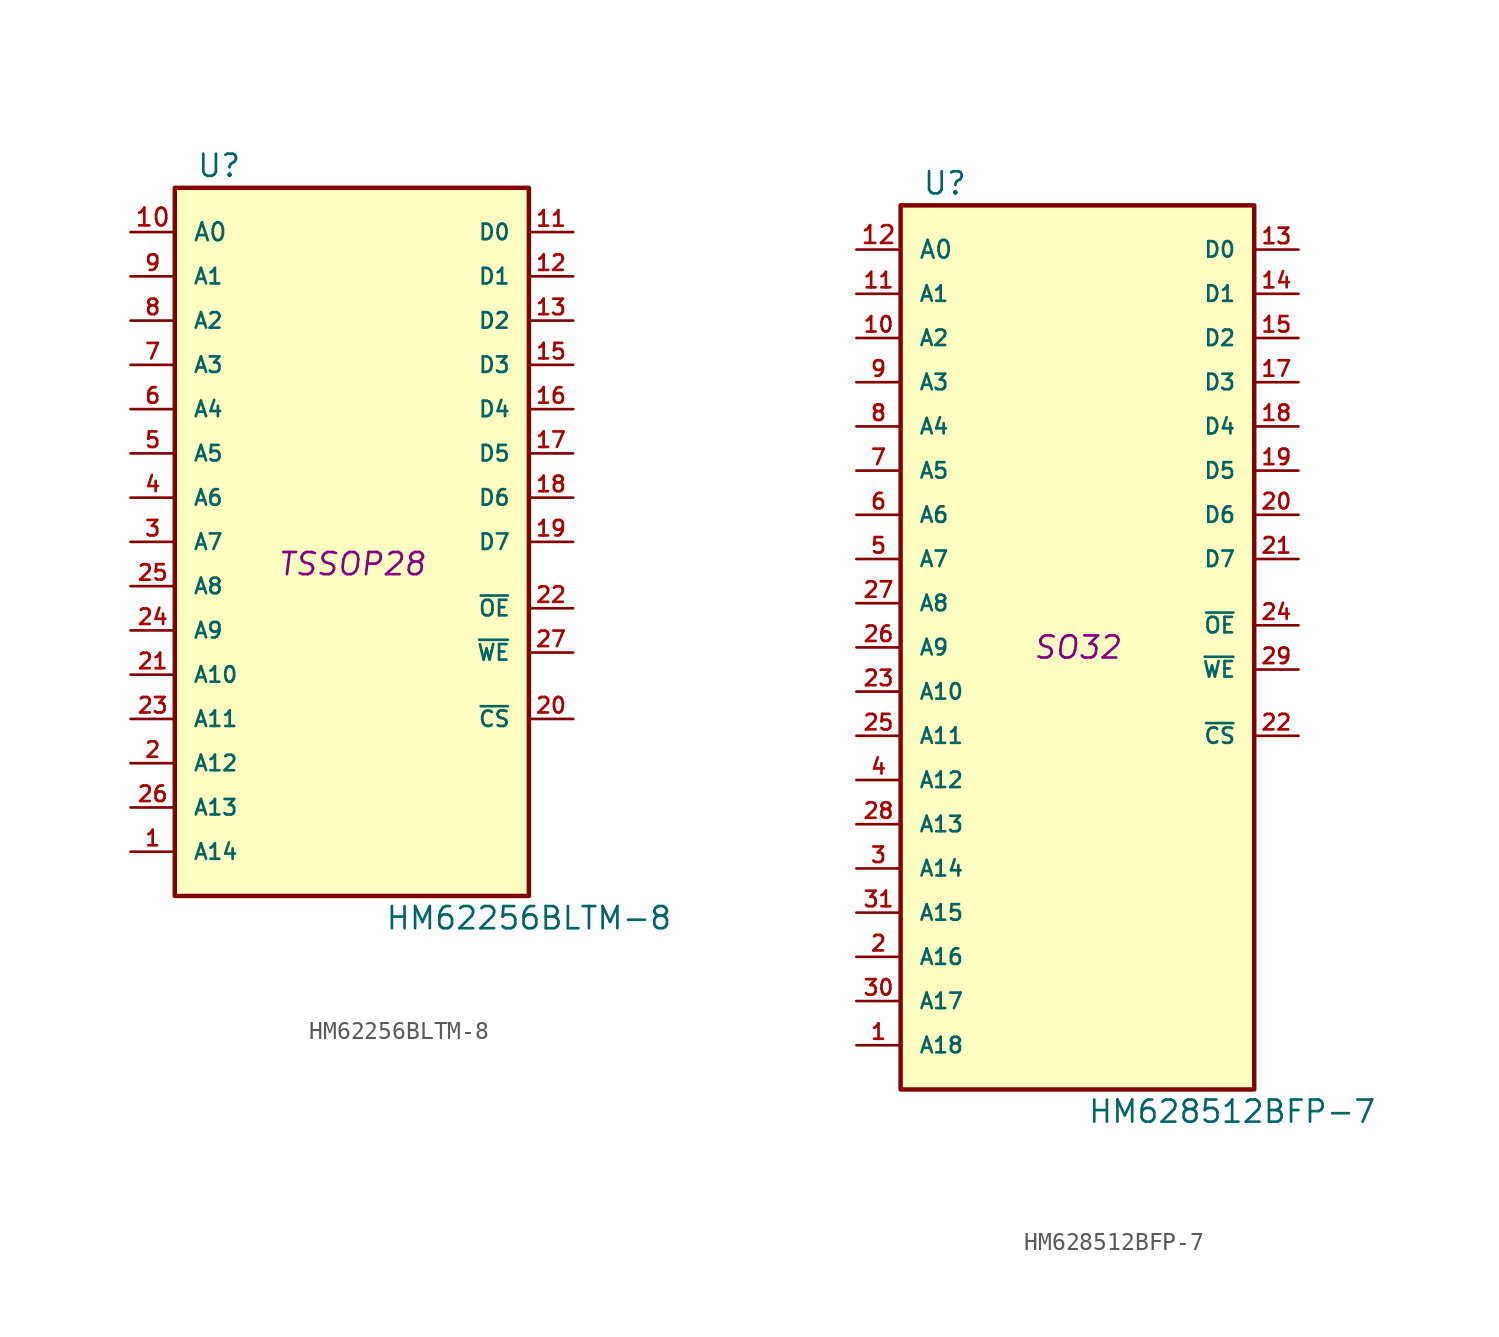
<source format=kicad_sym>
(kicad_symbol_lib
  (version 20231120)
  (generator "kicad_symbol_editor")
  (generator_version "8.0")
  (symbol "HM62256BLTM-8"
    (pin_names
      (offset 1.016))
    (property "Reference" "U"
      (at -7.62 22.86 0)
      (effects (font (size 1.27 1.27))))
    (property "Value" "HM62256BLTM-8"
      (at 10.16 -20.32 0)
      (effects (font (size 1.27 1.27))))
    (property "Footprint" "TSSOP28"
      (at 0 0 0)
      (effects (font (size 1.27 1.27) (italic yes))))
    (property "Datasheet" ""
      (at 0 0 0)
      (effects (font (size 1.27 1.27))))
    (symbol "HM62256BLTM-8_0_0"
      (pin power_in line (at 0 -20.32 90) (length 1.27) hide (name "GND" (effects (font (size 1.016 1.016)))) (number "14" (effects (font (size 1.016 1.016)))))
      (pin power_in line (at 0 22.86 270) (length 1.27) hide (name "VCC" (effects (font (size 1.016 1.016)))) (number "28" (effects (font (size 1.016 1.016))))))
    (symbol "HM62256BLTM-8_0_1"
      (rectangle (start -10.16 21.59) (end 10.16 -19.05) (stroke (width 0.254) (type solid)) (fill (type background))))
    (symbol "HM62256BLTM-8_1_1"
      (pin input line (at -12.7 -16.51 0) (length 2.54) (name "A14" (effects (font (size 0.889 0.889)))) (number "1" (effects (font (size 0.889 0.889)))))
      (pin input line (at -12.7 19.05 0) (length 2.54) (name "A0" (effects (font (size 1.016 1.016)))) (number "10" (effects (font (size 1.016 1.016)))))
      (pin tri_state line (at 12.7 19.05 180) (length 2.54) (name "D0" (effects (font (size 0.889 0.889)))) (number "11" (effects (font (size 0.889 0.889)))))
      (pin tri_state line (at 12.7 16.51 180) (length 2.54) (name "D1" (effects (font (size 0.889 0.889)))) (number "12" (effects (font (size 0.889 0.889)))))
      (pin tri_state line (at 12.7 13.97 180) (length 2.54) (name "D2" (effects (font (size 0.889 0.889)))) (number "13" (effects (font (size 0.889 0.889)))))
      (pin tri_state line (at 12.7 11.43 180) (length 2.54) (name "D3" (effects (font (size 0.889 0.889)))) (number "15" (effects (font (size 0.889 0.889)))))
      (pin tri_state line (at 12.7 8.89 180) (length 2.54) (name "D4" (effects (font (size 0.889 0.889)))) (number "16" (effects (font (size 0.889 0.889)))))
      (pin tri_state line (at 12.7 6.35 180) (length 2.54) (name "D5" (effects (font (size 0.889 0.889)))) (number "17" (effects (font (size 0.889 0.889)))))
      (pin tri_state line (at 12.7 3.81 180) (length 2.54) (name "D6" (effects (font (size 0.889 0.889)))) (number "18" (effects (font (size 0.889 0.889)))))
      (pin tri_state line (at 12.7 1.27 180) (length 2.54) (name "D7" (effects (font (size 0.889 0.889)))) (number "19" (effects (font (size 0.889 0.889)))))
      (pin input line (at -12.7 -11.43 0) (length 2.54) (name "A12" (effects (font (size 0.889 0.889)))) (number "2" (effects (font (size 0.889 0.889)))))
      (pin input line (at 12.7 -8.89 180) (length 2.54) (name "~{CS}" (effects (font (size 0.889 0.889)))) (number "20" (effects (font (size 0.889 0.889)))))
      (pin input line (at -12.7 -6.35 0) (length 2.54) (name "A10" (effects (font (size 0.889 0.889)))) (number "21" (effects (font (size 0.889 0.889)))))
      (pin input line (at 12.7 -2.54 180) (length 2.54) (name "~{OE}" (effects (font (size 0.889 0.889)))) (number "22" (effects (font (size 0.889 0.889)))))
      (pin input line (at -12.7 -8.89 0) (length 2.54) (name "A11" (effects (font (size 0.889 0.889)))) (number "23" (effects (font (size 0.889 0.889)))))
      (pin input line (at -12.7 -3.81 0) (length 2.54) (name "A9" (effects (font (size 0.889 0.889)))) (number "24" (effects (font (size 0.889 0.889)))))
      (pin input line (at -12.7 -1.27 0) (length 2.54) (name "A8" (effects (font (size 0.889 0.889)))) (number "25" (effects (font (size 0.889 0.889)))))
      (pin input line (at -12.7 -13.97 0) (length 2.54) (name "A13" (effects (font (size 0.889 0.889)))) (number "26" (effects (font (size 0.889 0.889)))))
      (pin input line (at 12.7 -5.08 180) (length 2.54) (name "~{WE}" (effects (font (size 0.889 0.889)))) (number "27" (effects (font (size 0.889 0.889)))))
      (pin input line (at -12.7 1.27 0) (length 2.54) (name "A7" (effects (font (size 0.889 0.889)))) (number "3" (effects (font (size 0.889 0.889)))))
      (pin input line (at -12.7 3.81 0) (length 2.54) (name "A6" (effects (font (size 0.889 0.889)))) (number "4" (effects (font (size 0.889 0.889)))))
      (pin input line (at -12.7 6.35 0) (length 2.54) (name "A5" (effects (font (size 0.889 0.889)))) (number "5" (effects (font (size 0.889 0.889)))))
      (pin input line (at -12.7 8.89 0) (length 2.54) (name "A4" (effects (font (size 0.889 0.889)))) (number "6" (effects (font (size 0.889 0.889)))))
      (pin input line (at -12.7 11.43 0) (length 2.54) (name "A3" (effects (font (size 0.889 0.889)))) (number "7" (effects (font (size 0.889 0.889)))))
      (pin input line (at -12.7 13.97 0) (length 2.54) (name "A2" (effects (font (size 0.889 0.889)))) (number "8" (effects (font (size 0.889 0.889)))))
      (pin input line (at -12.7 16.51 0) (length 2.54) (name "A1" (effects (font (size 0.889 0.889)))) (number "9" (effects (font (size 0.889 0.889)))))))
  (symbol "HM628512BFP-7"
    (pin_names
      (offset 1.016))
    (property "Reference" "U"
      (at -7.62 26.67 0)
      (effects (font (size 1.27 1.27))))
    (property "Value" "HM628512BFP-7"
      (at 8.89 -26.67 0)
      (effects (font (size 1.27 1.27))))
    (property "Footprint" "SO32"
      (at 0 0 0)
      (effects (font (size 1.27 1.27) (italic yes))))
    (property "Datasheet" ""
      (at 0 0 0)
      (effects (font (size 1.27 1.27))))
    (symbol "HM628512BFP-7_0_0"
      (pin power_in line (at -12.7 -22.86 0) (length 2.54) (name "A18" (effects (font (size 0.889 0.889)))) (number "1" (effects (font (size 0.889 0.889)))))
      (pin power_in line (at 0 -25.4 90) (length 0) hide (name "GND" (effects (font (size 0.889 0.889)))) (number "16" (effects (font (size 0.889 0.889)))))
      (pin power_in line (at -12.7 -17.78 0) (length 2.54) (name "A16" (effects (font (size 0.889 0.889)))) (number "2" (effects (font (size 0.889 0.889)))))
      (pin power_in line (at -12.7 -20.32 0) (length 2.54) (name "A17" (effects (font (size 0.889 0.889)))) (number "30" (effects (font (size 0.889 0.889)))))
      (pin power_in line (at -12.7 -15.24 0) (length 2.54) (name "A15" (effects (font (size 0.889 0.889)))) (number "31" (effects (font (size 0.889 0.889)))))
      (pin power_in line (at 0 25.4 270) (length 0) hide (name "VCC" (effects (font (size 0.889 0.889)))) (number "32" (effects (font (size 0.889 0.889))))))
    (symbol "HM628512BFP-7_0_1"
      (rectangle (start -10.16 25.4) (end 10.16 -25.4) (stroke (width 0.254) (type solid)) (fill (type background))))
    (symbol "HM628512BFP-7_1_1"
      (pin input line (at -12.7 17.78 0) (length 2.54) (name "A2" (effects (font (size 0.889 0.889)))) (number "10" (effects (font (size 0.889 0.889)))))
      (pin input line (at -12.7 20.32 0) (length 2.54) (name "A1" (effects (font (size 0.889 0.889)))) (number "11" (effects (font (size 0.889 0.889)))))
      (pin input line (at -12.7 22.86 0) (length 2.54) (name "A0" (effects (font (size 1.016 1.016)))) (number "12" (effects (font (size 1.016 1.016)))))
      (pin tri_state line (at 12.7 22.86 180) (length 2.54) (name "D0" (effects (font (size 0.889 0.889)))) (number "13" (effects (font (size 0.889 0.889)))))
      (pin tri_state line (at 12.7 20.32 180) (length 2.54) (name "D1" (effects (font (size 0.889 0.889)))) (number "14" (effects (font (size 0.889 0.889)))))
      (pin tri_state line (at 12.7 17.78 180) (length 2.54) (name "D2" (effects (font (size 0.889 0.889)))) (number "15" (effects (font (size 0.889 0.889)))))
      (pin tri_state line (at 12.7 15.24 180) (length 2.54) (name "D3" (effects (font (size 0.889 0.889)))) (number "17" (effects (font (size 0.889 0.889)))))
      (pin tri_state line (at 12.7 12.7 180) (length 2.54) (name "D4" (effects (font (size 0.889 0.889)))) (number "18" (effects (font (size 0.889 0.889)))))
      (pin tri_state line (at 12.7 10.16 180) (length 2.54) (name "D5" (effects (font (size 0.889 0.889)))) (number "19" (effects (font (size 0.889 0.889)))))
      (pin tri_state line (at 12.7 7.62 180) (length 2.54) (name "D6" (effects (font (size 0.889 0.889)))) (number "20" (effects (font (size 0.889 0.889)))))
      (pin tri_state line (at 12.7 5.08 180) (length 2.54) (name "D7" (effects (font (size 0.889 0.889)))) (number "21" (effects (font (size 0.889 0.889)))))
      (pin input line (at 12.7 -5.08 180) (length 2.54) (name "~{CS}" (effects (font (size 0.889 0.889)))) (number "22" (effects (font (size 0.889 0.889)))))
      (pin input line (at -12.7 -2.54 0) (length 2.54) (name "A10" (effects (font (size 0.889 0.889)))) (number "23" (effects (font (size 0.889 0.889)))))
      (pin input line (at 12.7 1.27 180) (length 2.54) (name "~{OE}" (effects (font (size 0.889 0.889)))) (number "24" (effects (font (size 0.889 0.889)))))
      (pin input line (at -12.7 -5.08 0) (length 2.54) (name "A11" (effects (font (size 0.889 0.889)))) (number "25" (effects (font (size 0.889 0.889)))))
      (pin input line (at -12.7 0 0) (length 2.54) (name "A9" (effects (font (size 0.889 0.889)))) (number "26" (effects (font (size 0.889 0.889)))))
      (pin input line (at -12.7 2.54 0) (length 2.54) (name "A8" (effects (font (size 0.889 0.889)))) (number "27" (effects (font (size 0.889 0.889)))))
      (pin input line (at -12.7 -10.16 0) (length 2.54) (name "A13" (effects (font (size 0.889 0.889)))) (number "28" (effects (font (size 0.889 0.889)))))
      (pin input line (at 12.7 -1.27 180) (length 2.54) (name "~{WE}" (effects (font (size 0.889 0.889)))) (number "29" (effects (font (size 0.889 0.889)))))
      (pin input line (at -12.7 -12.7 0) (length 2.54) (name "A14" (effects (font (size 0.889 0.889)))) (number "3" (effects (font (size 0.889 0.889)))))
      (pin input line (at -12.7 -7.62 0) (length 2.54) (name "A12" (effects (font (size 0.889 0.889)))) (number "4" (effects (font (size 0.889 0.889)))))
      (pin input line (at -12.7 5.08 0) (length 2.54) (name "A7" (effects (font (size 0.889 0.889)))) (number "5" (effects (font (size 0.889 0.889)))))
      (pin input line (at -12.7 7.62 0) (length 2.54) (name "A6" (effects (font (size 0.889 0.889)))) (number "6" (effects (font (size 0.889 0.889)))))
      (pin input line (at -12.7 10.16 0) (length 2.54) (name "A5" (effects (font (size 0.889 0.889)))) (number "7" (effects (font (size 0.889 0.889)))))
      (pin input line (at -12.7 12.7 0) (length 2.54) (name "A4" (effects (font (size 0.889 0.889)))) (number "8" (effects (font (size 0.889 0.889)))))
      (pin input line (at -12.7 15.24 0) (length 2.54) (name "A3" (effects (font (size 0.889 0.889)))) (number "9" (effects (font (size 0.889 0.889))))))))
</source>
